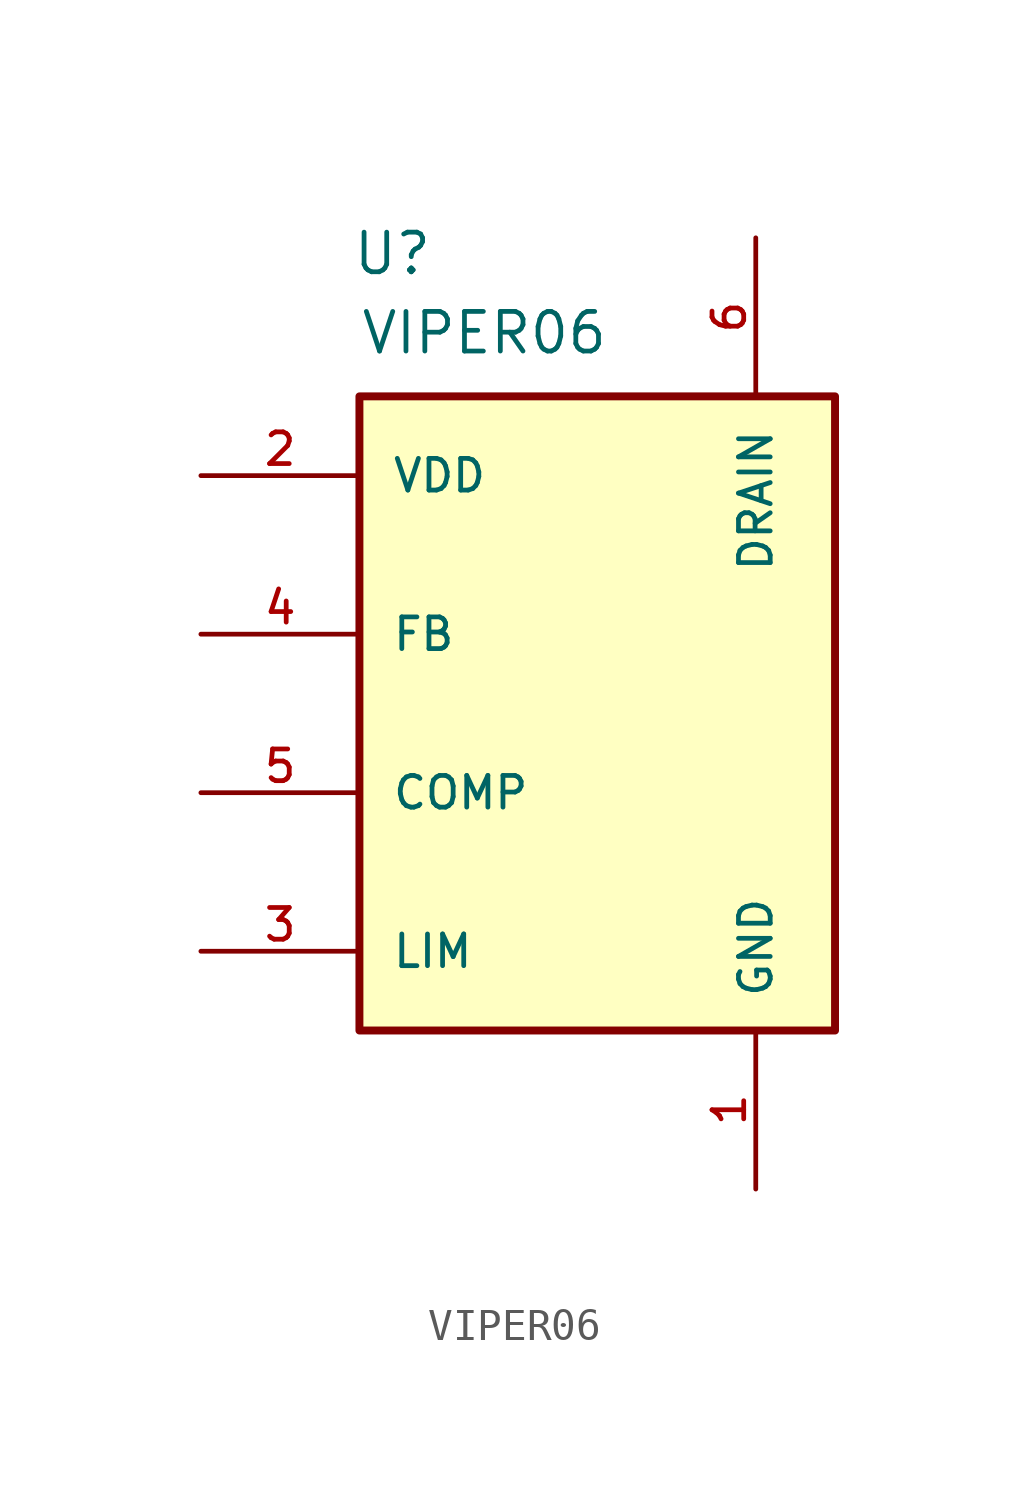
<source format=kicad_sym>
(kicad_symbol_lib
  (version 20241209)
  (generator "kicad_symbol_editor")
  (generator_version "9.0")
  (symbol "VIPER06"
    (pin_names
      (offset 1.016))
    (property "Reference" "U"
      (at -7.874 14.732 0)
      (effects (font (size 1.27 1.27)) (justify left)))
    (property "Value" "VIPER06"
      (at -7.62 12.192 0)
      (effects (font (size 1.27 1.27)) (justify left)))
    (symbol "VIPER06_0_0"
      (rectangle (start -7.62 10.16) (end 7.62 -10.16) (stroke (width 0.254) (type default)) (fill (type background)))
      (pin power_in line (at -12.7 7.62 0) (length 5.08) (name "VDD" (effects (font (size 1.016 1.016)))) (number "2" (effects (font (size 1.016 1.016)))))
      (pin input line (at -12.7 2.54 0) (length 5.08) (name "FB" (effects (font (size 1.016 1.016)))) (number "4" (effects (font (size 1.016 1.016)))))
      (pin passive line (at -12.7 -2.54 0) (length 5.08) (name "COMP" (effects (font (size 1.016 1.016)))) (number "5" (effects (font (size 1.016 1.016)))))
      (pin passive line (at -12.7 -7.62 0) (length 5.08) (name "LIM" (effects (font (size 1.016 1.016)))) (number "3" (effects (font (size 1.016 1.016)))))
      (pin passive line (at 5.08 15.24 270) (length 5.08) (hide yes) (name "DRAIN" (effects (font (size 1.016 1.016)))) (number "10" (effects (font (size 1.016 1.016)))))
      (pin passive line (at 5.08 15.24 270) (length 5.08) (name "DRAIN" (effects (font (size 1.016 1.016)))) (number "6" (effects (font (size 1.016 1.016)))))
      (pin passive line (at 5.08 15.24 270) (length 5.08) (hide yes) (name "DRAIN" (effects (font (size 1.016 1.016)))) (number "7" (effects (font (size 1.016 1.016)))))
      (pin passive line (at 5.08 15.24 270) (length 5.08) (hide yes) (name "DRAIN" (effects (font (size 1.016 1.016)))) (number "8" (effects (font (size 1.016 1.016)))))
      (pin passive line (at 5.08 15.24 270) (length 5.08) (hide yes) (name "DRAIN" (effects (font (size 1.016 1.016)))) (number "9" (effects (font (size 1.016 1.016)))))
      (pin power_in line (at 5.08 -15.24 90) (length 5.08) (name "GND" (effects (font (size 1.016 1.016)))) (number "1" (effects (font (size 1.016 1.016))))))))
</source>
